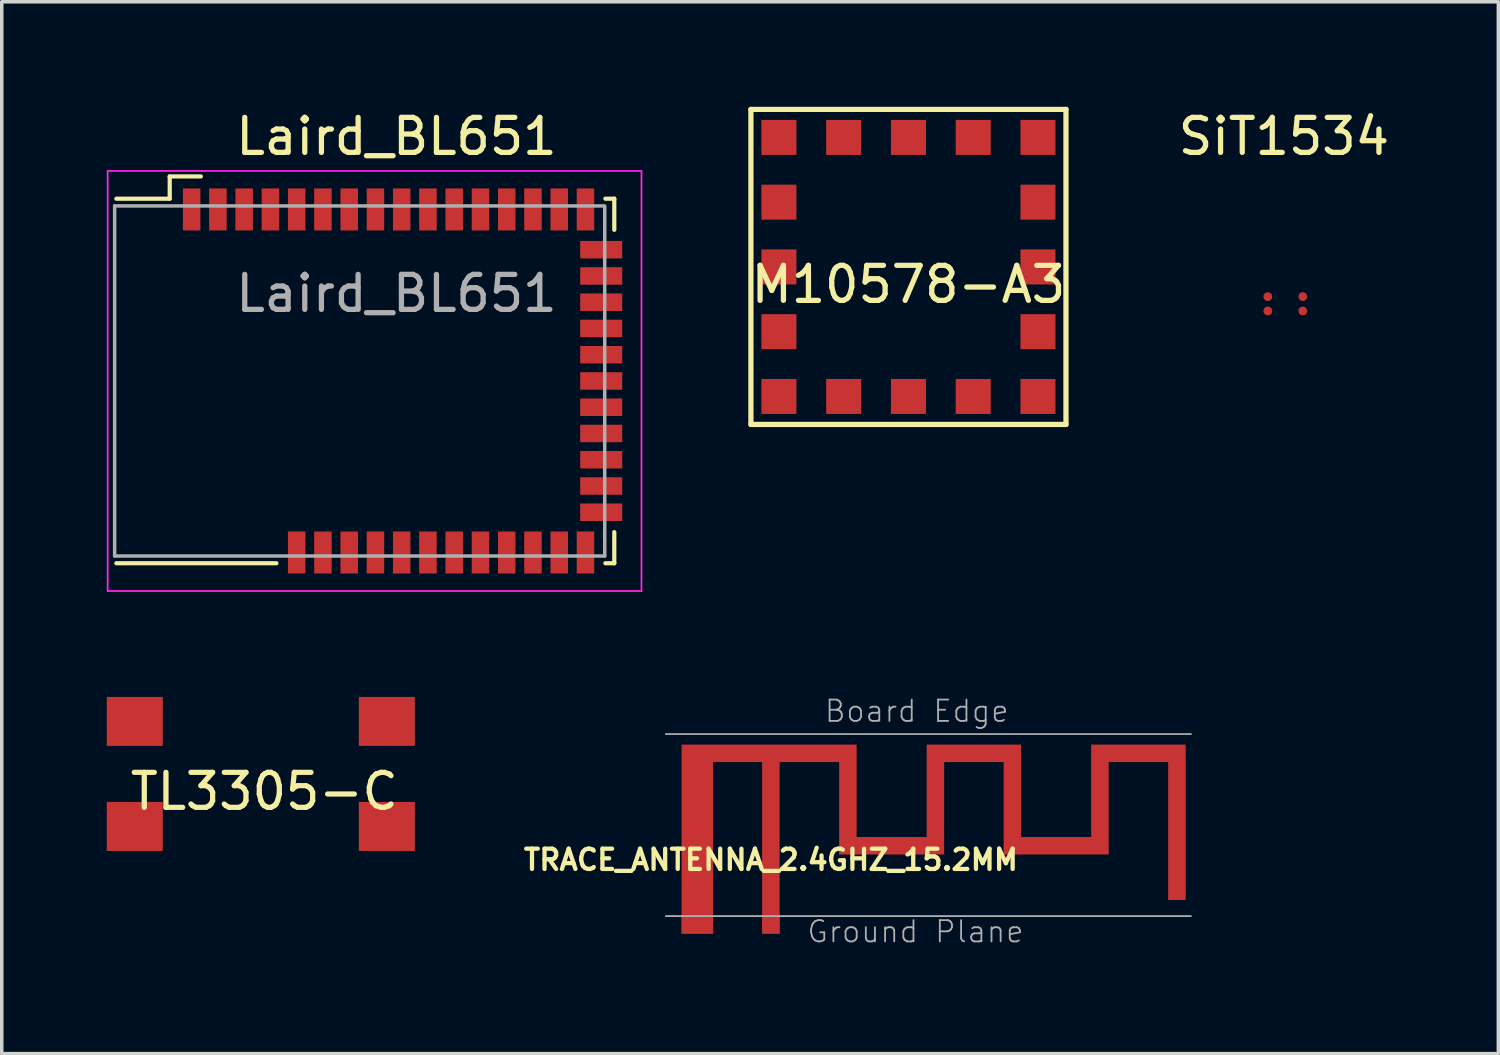
<source format=kicad_pcb>
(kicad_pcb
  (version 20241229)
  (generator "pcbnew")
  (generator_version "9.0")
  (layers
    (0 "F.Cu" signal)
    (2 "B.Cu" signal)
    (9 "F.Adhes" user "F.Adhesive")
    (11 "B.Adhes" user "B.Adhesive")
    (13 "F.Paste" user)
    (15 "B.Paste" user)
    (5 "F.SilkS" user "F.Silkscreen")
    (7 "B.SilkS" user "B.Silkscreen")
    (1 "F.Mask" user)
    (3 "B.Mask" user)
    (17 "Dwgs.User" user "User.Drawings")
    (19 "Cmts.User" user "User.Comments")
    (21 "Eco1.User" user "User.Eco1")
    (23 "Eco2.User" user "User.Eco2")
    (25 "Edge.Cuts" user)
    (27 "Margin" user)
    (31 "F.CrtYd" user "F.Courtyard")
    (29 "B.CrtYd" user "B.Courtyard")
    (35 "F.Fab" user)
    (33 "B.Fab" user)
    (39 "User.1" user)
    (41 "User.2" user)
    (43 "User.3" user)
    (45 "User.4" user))
  (footprint "SiT1534"
    (layer "F.Cu")
    (at 33.667 5.628)
    (property "Reference" "SiT1534" (at -0.04 -4.78 180) (layer "F.SilkS") (effects (font (size 1 1) (thickness 0.15))))
    (attr through_hole)
    (pad "2" smd circle (at -0.5 -0.205 180) (size 0.25 0.25) (layers "F.Cu" "F.Mask" "F.Paste"))
    (pad "2" smd circle (at -0.5 0.205 180) (size 0.25 0.25) (layers "F.Cu" "F.Mask" "F.Paste"))
    (pad "3" smd circle (at 0.5 0.205 180) (size 0.25 0.25) (layers "F.Cu" "F.Mask" "F.Paste"))
    (pad "4" smd circle (at 0.5 -0.205 180) (size 0.25 0.25) (layers "F.Cu" "F.Mask" "F.Paste")))
  (footprint "TRACE_ANTENNA_2.4GHZ_15.2MM"
    (layer "F.Cu")
    (at 18.971 23.12)
    (property "Reference" "TRACE_ANTENNA_2.4GHZ_15.2MM" (at 0 -1.27 0) (layer "F.SilkS") (effects (font (size 0.579 0.579) (thickness 0.122)) (justify bottom)))
    (attr through_hole)
    (fp_poly (pts (xy -0.25 0.5) (xy -0.25 -4.4) (xy -1.65 -4.4) (xy -1.65 0.5) (xy -2.55 0.5) (xy -2.55 -4.9) (xy 2.45 -4.9) (xy 2.45 -2.26) (xy 4.45 -2.26) (xy 4.45 -4.9) (xy 7.15 -4.9) (xy 7.15 -2.26) (xy 9.15 -2.26) (xy 9.15 -4.9) (xy 11.85 -4.9) (xy 11.85 -0.46) (xy 11.35 -0.46) (xy 11.35 -4.4) (xy 9.65 -4.4) (xy 9.65 -1.76) (xy 6.65 -1.76) (xy 6.65 -4.4) (xy 4.95 -4.4) (xy 4.95 -1.76) (xy 1.95 -1.76) (xy 1.95 -4.4) (xy 0.25 -4.4) (xy 0.25 0.5)) (stroke (width 0) (type solid)) (fill yes) (layer "F.Cu"))
    (fp_line (start -3 -5.2) (end 12 -5.2) (stroke (width 0.05) (type solid)) (layer "F.Fab"))
    (fp_line (start -3 0) (end 12 0) (stroke (width 0.05) (type solid)) (layer "F.Fab"))
    (fp_text user "Board Edge" (at 1.5 -5.5 0) (layer "F.Fab") (effects (font (size 0.608 0.608) (thickness 0.051)) (justify left bottom)))
    (fp_text user "Ground Plane" (at 1 0.8 0) (layer "F.Fab") (effects (font (size 0.608 0.608) (thickness 0.051)) (justify left bottom)))
    (pad "ANT" smd rect (at 0 0.25) (size 0.5 0.5) (layers "F.Cu" "F.Mask"))
    (pad "GND" smd rect (at -2.1 0.25) (size 0.9 0.5) (layers "F.Cu" "F.Mask")))
  (footprint "Laird_BL651"
    (layer "F.Cu")
    (at 8.275 7.833)
    (property "Reference" "Laird_BL651" (at 0 -6.985 0) (layer "F.SilkS") (effects (font (size 1 1) (thickness 0.15))))
    (attr smd)
    (fp_line (start -8.001 -5.207) (end -6.477 -5.207) (stroke (width 0.12) (type solid)) (layer "F.SilkS"))
    (fp_line (start -6.477 -5.842) (end -5.588 -5.842) (stroke (width 0.12) (type solid)) (layer "F.SilkS"))
    (fp_line (start -6.477 -5.207) (end -6.477 -5.842) (stroke (width 0.12) (type solid)) (layer "F.SilkS"))
    (fp_line (start -3.429 5.207) (end -8.001 5.207) (stroke (width 0.12) (type solid)) (layer "F.SilkS"))
    (fp_line (start 5.969 -5.207) (end 6.223 -5.207) (stroke (width 0.12) (type solid)) (layer "F.SilkS"))
    (fp_line (start 6.223 -5.207) (end 6.223 -4.318) (stroke (width 0.12) (type solid)) (layer "F.SilkS"))
    (fp_line (start 6.223 5.207) (end 5.969 5.207) (stroke (width 0.12) (type solid)) (layer "F.SilkS"))
    (fp_line (start 6.223 5.207) (end 6.223 4.318) (stroke (width 0.12) (type solid)) (layer "F.SilkS"))
    (fp_line (start -8.25 -6) (end 7 -6) (stroke (width 0.05) (type solid)) (layer "F.CrtYd"))
    (fp_line (start -8.25 6) (end -8.25 -6) (stroke (width 0.05) (type solid)) (layer "F.CrtYd"))
    (fp_line (start 7 -6) (end 7 6) (stroke (width 0.05) (type solid)) (layer "F.CrtYd"))
    (fp_line (start 7 6) (end -8.25 6) (stroke (width 0.05) (type solid)) (layer "F.CrtYd"))
    (fp_line (start -8.05 -5) (end -8.05 5) (stroke (width 0.1) (type solid)) (layer "F.Fab"))
    (fp_line (start -8.05 -5) (end 5.9 -5) (stroke (width 0.1) (type solid)) (layer "F.Fab"))
    (fp_line (start 5.95 -5) (end 5.95 5) (stroke (width 0.1) (type solid)) (layer "F.Fab"))
    (fp_line (start 5.95 5) (end -8.05 5) (stroke (width 0.1) (type solid)) (layer "F.Fab"))
    (fp_text user "${REFERENCE}" (at 0 -2.5 0) (layer "F.Fab") (effects (font (size 1 1) (thickness 0.15))))
    (pad "" smd rect (at -5.6 0) (size 4.9 8.5) (layers "F.Mask" "F.Paste"))
    (pad "1" smd rect (at -5.85 -4.9 90) (size 1.2 0.5) (layers "F.Cu" "F.Mask" "F.Paste"))
    (pad "2" smd rect (at -5.1 -4.9 90) (size 1.2 0.5) (layers "F.Cu" "F.Mask" "F.Paste"))
    (pad "3" smd rect (at -4.35 -4.9 90) (size 1.2 0.5) (layers "F.Cu" "F.Mask" "F.Paste"))
    (pad "4" smd rect (at -3.6 -4.9 90) (size 1.2 0.5) (layers "F.Cu" "F.Mask" "F.Paste"))
    (pad "5" smd rect (at -2.85 -4.9 90) (size 1.2 0.5) (layers "F.Cu" "F.Mask" "F.Paste"))
    (pad "6" smd rect (at -2.1 -4.9 90) (size 1.2 0.5) (layers "F.Cu" "F.Mask" "F.Paste"))
    (pad "7" smd rect (at -1.35 -4.9 90) (size 1.2 0.5) (layers "F.Cu" "F.Mask" "F.Paste"))
    (pad "8" smd rect (at -0.6 -4.9 90) (size 1.2 0.5) (layers "F.Cu" "F.Mask" "F.Paste"))
    (pad "9" smd rect (at 0.15 -4.9 90) (size 1.2 0.5) (layers "F.Cu" "F.Mask" "F.Paste"))
    (pad "10" smd rect (at 0.9 -4.9 90) (size 1.2 0.5) (layers "F.Cu" "F.Mask" "F.Paste"))
    (pad "11" smd rect (at 1.65 -4.9 90) (size 1.2 0.5) (layers "F.Cu" "F.Mask" "F.Paste"))
    (pad "12" smd rect (at 2.4 -4.9 90) (size 1.2 0.5) (layers "F.Cu" "F.Mask" "F.Paste"))
    (pad "13" smd rect (at 3.15 -4.9 90) (size 1.2 0.5) (layers "F.Cu" "F.Mask" "F.Paste"))
    (pad "14" smd rect (at 3.9 -4.9 90) (size 1.2 0.5) (layers "F.Cu" "F.Mask" "F.Paste"))
    (pad "15" smd rect (at 4.65 -4.9 90) (size 1.2 0.5) (layers "F.Cu" "F.Mask" "F.Paste"))
    (pad "16" smd rect (at 5.4 -4.9 90) (size 1.2 0.5) (layers "F.Cu" "F.Mask" "F.Paste"))
    (pad "17" smd rect (at 5.85 -3.75) (size 1.2 0.5) (layers "F.Cu" "F.Mask" "F.Paste"))
    (pad "18" smd rect (at 5.85 -3) (size 1.2 0.5) (layers "F.Cu" "F.Mask" "F.Paste"))
    (pad "19" smd rect (at 5.85 -2.25) (size 1.2 0.5) (layers "F.Cu" "F.Mask" "F.Paste"))
    (pad "20" smd rect (at 5.85 -1.5) (size 1.2 0.5) (layers "F.Cu" "F.Mask" "F.Paste"))
    (pad "21" smd rect (at 5.85 -0.75) (size 1.2 0.5) (layers "F.Cu" "F.Mask" "F.Paste"))
    (pad "22" smd rect (at 5.85 0) (size 1.2 0.5) (layers "F.Cu" "F.Mask" "F.Paste"))
    (pad "23" smd rect (at 5.85 0.75) (size 1.2 0.5) (layers "F.Cu" "F.Mask" "F.Paste"))
    (pad "24" smd rect (at 5.85 1.5) (size 1.2 0.5) (layers "F.Cu" "F.Mask" "F.Paste"))
    (pad "25" smd rect (at 5.85 2.25) (size 1.2 0.5) (layers "F.Cu" "F.Mask" "F.Paste"))
    (pad "26" smd rect (at 5.85 3) (size 1.2 0.5) (layers "F.Cu" "F.Mask" "F.Paste"))
    (pad "27" smd rect (at 5.85 3.75) (size 1.2 0.5) (layers "F.Cu" "F.Mask" "F.Paste"))
    (pad "28" smd rect (at 5.4 4.9 90) (size 1.2 0.5) (layers "F.Cu" "F.Mask" "F.Paste"))
    (pad "29" smd rect (at 4.65 4.9 90) (size 1.2 0.5) (layers "F.Cu" "F.Mask" "F.Paste"))
    (pad "30" smd rect (at 3.9 4.9 90) (size 1.2 0.5) (layers "F.Cu" "F.Mask" "F.Paste"))
    (pad "31" smd rect (at 3.15 4.9 90) (size 1.2 0.5) (layers "F.Cu" "F.Mask" "F.Paste"))
    (pad "32" smd rect (at 2.4 4.9 90) (size 1.2 0.5) (layers "F.Cu" "F.Mask" "F.Paste"))
    (pad "33" smd rect (at 1.65 4.9 90) (size 1.2 0.5) (layers "F.Cu" "F.Mask" "F.Paste"))
    (pad "34" smd rect (at 0.9 4.9 90) (size 1.2 0.5) (layers "F.Cu" "F.Mask" "F.Paste"))
    (pad "35" smd rect (at 0.15 4.9 90) (size 1.2 0.5) (layers "F.Cu" "F.Mask" "F.Paste"))
    (pad "36" smd rect (at -0.6 4.9 90) (size 1.2 0.5) (layers "F.Cu" "F.Mask" "F.Paste"))
    (pad "37" smd rect (at -1.35 4.9 90) (size 1.2 0.5) (layers "F.Cu" "F.Mask" "F.Paste"))
    (pad "38" smd rect (at -2.1 4.9 90) (size 1.2 0.5) (layers "F.Cu" "F.Mask" "F.Paste"))
    (pad "39" smd rect (at -2.85 4.9 90) (size 1.2 0.5) (layers "F.Cu" "F.Mask" "F.Paste")))
  (footprint "TL3305-C"
    (layer "F.Cu")
    (at 4.4 19.058)
    (property "Reference" "TL3305-C" (at 0.1 0.5 0) (layer "F.SilkS") (effects (font (size 1 1) (thickness 0.15))))
    (attr through_hole)
    (pad "1" smd rect (at -3.6 1.5) (size 1.6 1.4) (layers "F.Cu" "F.Mask" "F.Paste"))
    (pad "2" smd rect (at 3.6 1.5) (size 1.6 1.4) (layers "F.Cu" "F.Mask" "F.Paste"))
    (pad "3" smd rect (at -3.6 -1.5) (size 1.6 1.4) (layers "F.Cu" "F.Mask" "F.Paste"))
    (pad "4" smd rect (at 3.6 -1.5) (size 1.6 1.4) (layers "F.Cu" "F.Mask" "F.Paste")))
  (footprint "M10578-A3"
    (layer "F.Cu")
    (at 22.901 4.575)
    (property "Reference" "M10578-A3" (at 0 0.5 0) (layer "F.SilkS") (effects (font (size 1 1) (thickness 0.15))))
    (attr through_hole)
    (fp_line (start -4.5 -4.5) (end -4.5 4.5) (stroke (width 0.15) (type solid)) (layer "F.SilkS"))
    (fp_line (start -4.5 4.5) (end 4.5 4.5) (stroke (width 0.15) (type solid)) (layer "F.SilkS"))
    (fp_line (start 4.5 -4.5) (end -4.5 -4.5) (stroke (width 0.15) (type solid)) (layer "F.SilkS"))
    (fp_line (start 4.5 4.5) (end 4.5 -4.5) (stroke (width 0.15) (type solid)) (layer "F.SilkS"))
    (pad "1" smd rect (at -3.7 -3.7) (size 1 1) (layers "F.Cu" "F.Mask" "F.Paste"))
    (pad "2" smd rect (at -1.85 -3.7) (size 1 1) (layers "F.Cu" "F.Mask" "F.Paste"))
    (pad "3" smd rect (at 0 -3.7) (size 1 1) (layers "F.Cu" "F.Mask" "F.Paste"))
    (pad "4" smd rect (at 1.85 -3.7) (size 1 1) (layers "F.Cu" "F.Mask" "F.Paste"))
    (pad "5" smd rect (at 3.7 -3.7) (size 1 1) (layers "F.Cu" "F.Mask" "F.Paste"))
    (pad "6" smd rect (at 3.7 -1.85) (size 1 1) (layers "F.Cu" "F.Mask" "F.Paste"))
    (pad "7" smd rect (at 3.7 0) (size 1 1) (layers "F.Cu" "F.Mask" "F.Paste"))
    (pad "8" smd rect (at 3.7 1.85) (size 1 1) (layers "F.Cu" "F.Mask" "F.Paste"))
    (pad "9" smd rect (at 3.7 3.7) (size 1 1) (layers "F.Cu" "F.Mask" "F.Paste"))
    (pad "10" smd rect (at 1.85 3.7) (size 1 1) (layers "F.Cu" "F.Mask" "F.Paste"))
    (pad "11" smd rect (at 0 3.7) (size 1 1) (layers "F.Cu" "F.Mask" "F.Paste"))
    (pad "12" smd rect (at -1.85 3.7) (size 1 1) (layers "F.Cu" "F.Mask" "F.Paste"))
    (pad "13" smd rect (at -3.7 3.7) (size 1 1) (layers "F.Cu" "F.Mask" "F.Paste"))
    (pad "14" smd rect (at -3.7 1.85) (size 1 1) (layers "F.Cu" "F.Mask" "F.Paste"))
    (pad "15" smd rect (at -3.7 0) (size 1 1) (layers "F.Cu" "F.Mask" "F.Paste"))
    (pad "16" smd rect (at -3.7 -1.85) (size 1 1) (layers "F.Cu" "F.Mask" "F.Paste")))
  (gr_rect
    (start -3 -3)
    (end 39.752 27.049)
    (stroke (width 0.1) (type default))
    (fill no)
    (layer "Edge.Cuts")))
</source>
